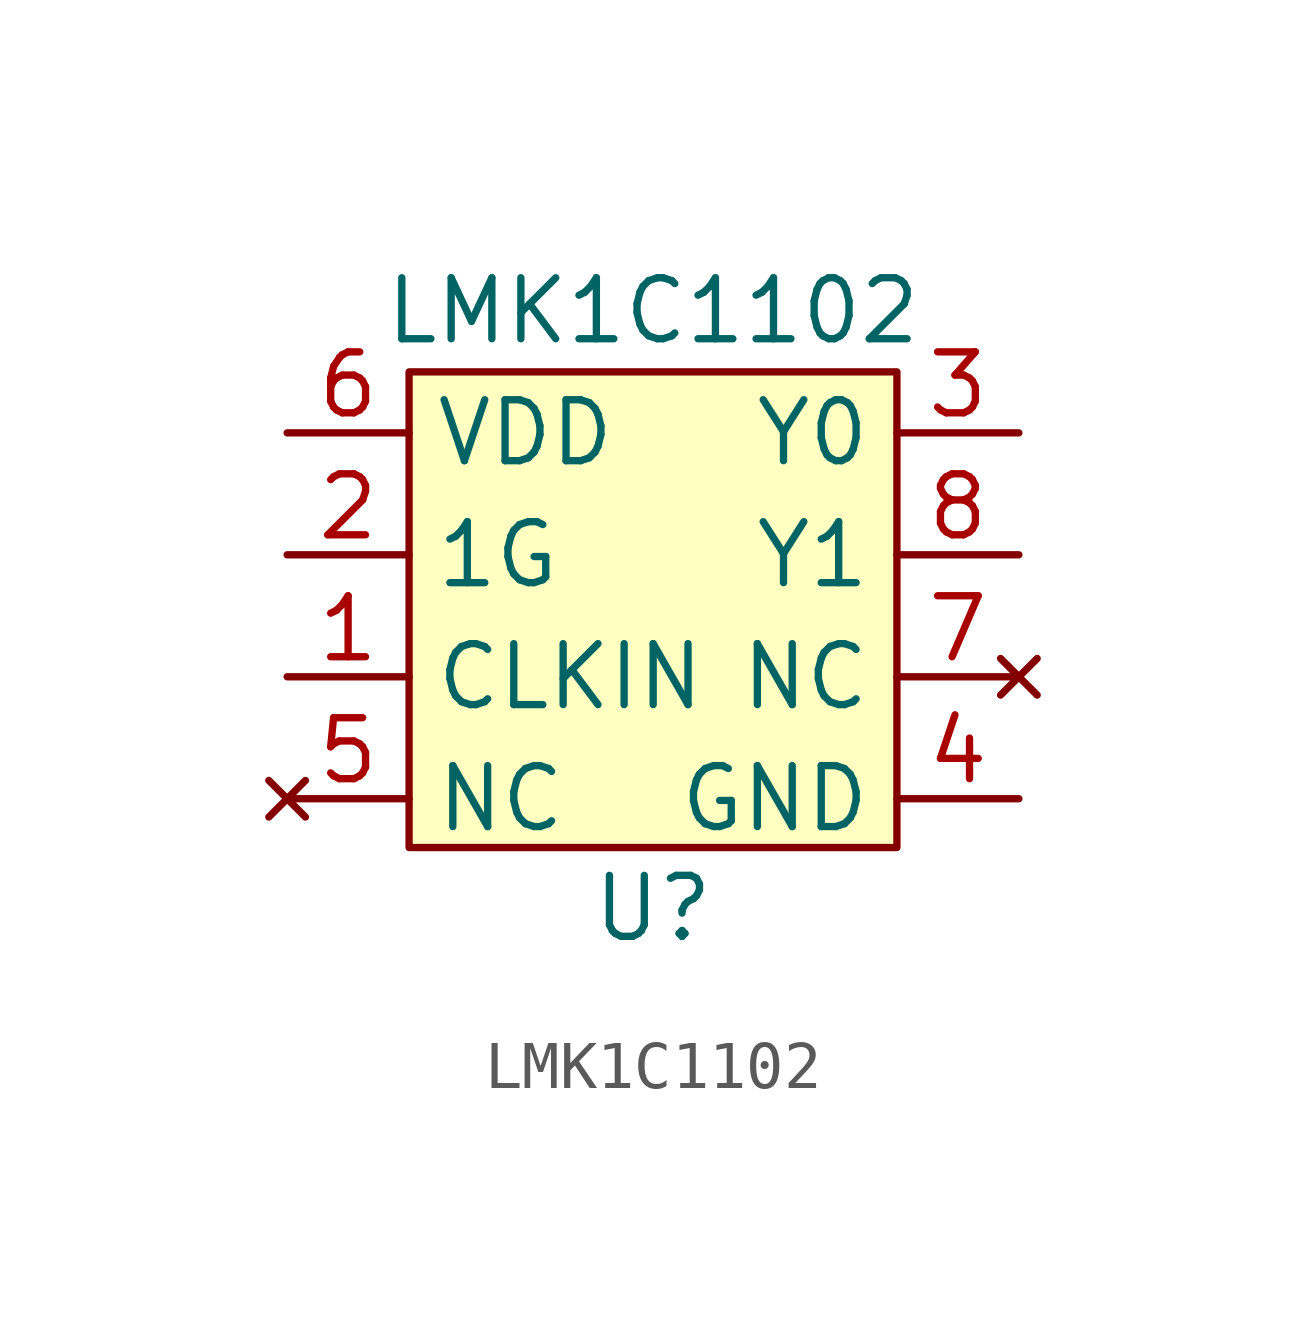
<source format=kicad_sym>
(kicad_symbol_lib
  (version 20211014)
  (generator kicad_symbol_editor)
  (symbol "LMK1C1102"
    (property "Reference" "U"
      (at 0 -6.096 0)
      (effects (font (size 1.27 1.27))))
    (property "Value" "LMK1C1102"
      (at 0 6.35 0)
      (effects (font (size 1.27 1.27))))
    (symbol "LMK1C1102_0_0"
      (pin input line (at -7.62 -1.27 0) (length 2.54) (name "CLKIN" (effects (font (size 1.27 1.27)))) (number "1" (effects (font (size 1.27 1.27)))))
      (pin input line (at -7.62 1.27 0) (length 2.54) (name "1G" (effects (font (size 1.27 1.27)))) (number "2" (effects (font (size 1.27 1.27)))))
      (pin output line (at 7.62 3.81 180) (length 2.54) (name "Y0" (effects (font (size 1.27 1.27)))) (number "3" (effects (font (size 1.27 1.27)))))
      (pin power_in line (at 7.62 -3.81 180) (length 2.54) (name "GND" (effects (font (size 1.27 1.27)))) (number "4" (effects (font (size 1.27 1.27)))))
      (pin no_connect line (at -7.62 -3.81 0) (length 2.54) (name "NC" (effects (font (size 1.27 1.27)))) (number "5" (effects (font (size 1.27 1.27)))))
      (pin power_in line (at -7.62 3.81 0) (length 2.54) (name "VDD" (effects (font (size 1.27 1.27)))) (number "6" (effects (font (size 1.27 1.27)))))
      (pin no_connect line (at 7.62 -1.27 180) (length 2.54) (name "NC" (effects (font (size 1.27 1.27)))) (number "7" (effects (font (size 1.27 1.27)))))
      (pin output line (at 7.62 1.27 180) (length 2.54) (name "Y1" (effects (font (size 1.27 1.27)))) (number "8" (effects (font (size 1.27 1.27))))))
    (symbol "LMK1C1102_0_1"
      (rectangle (start -5.08 5.08) (end 5.08 -4.826) (stroke (width 0) (type default) (color 0 0 0 0)) (fill (type background))))))
</source>
